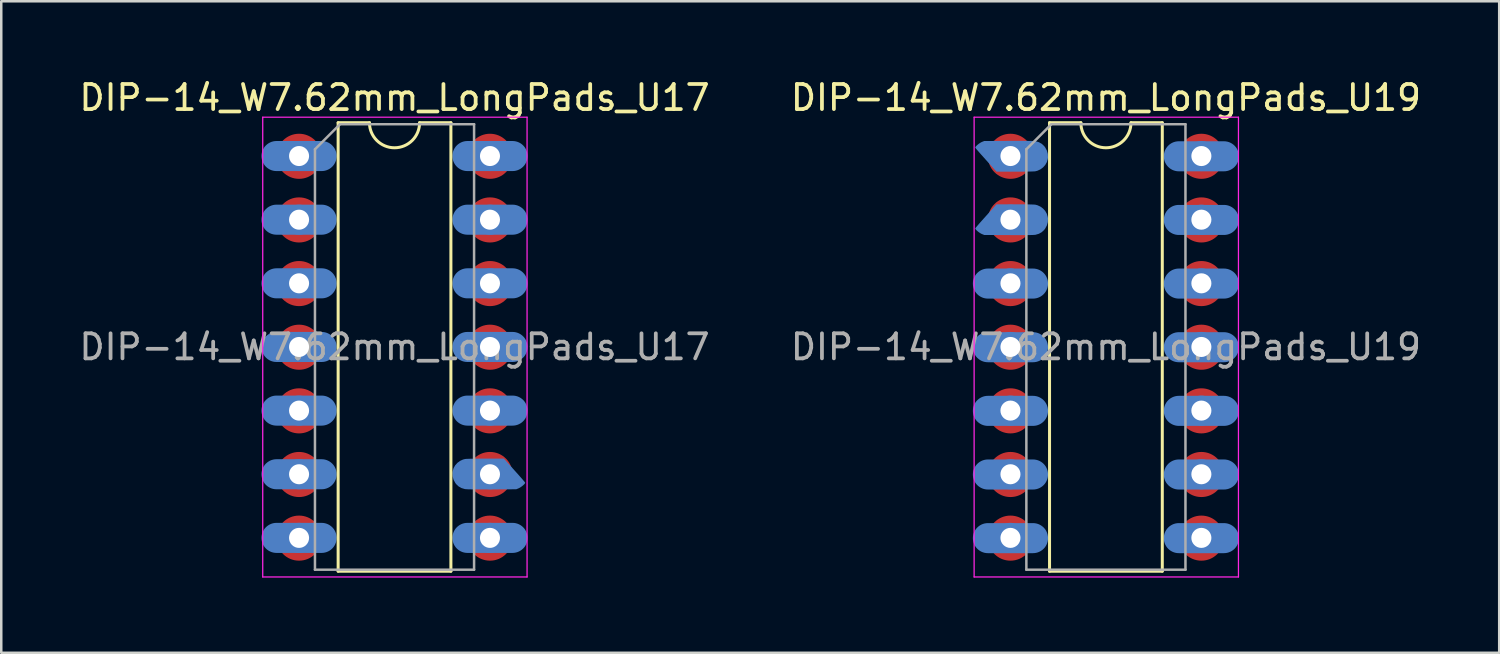
<source format=kicad_pcb>
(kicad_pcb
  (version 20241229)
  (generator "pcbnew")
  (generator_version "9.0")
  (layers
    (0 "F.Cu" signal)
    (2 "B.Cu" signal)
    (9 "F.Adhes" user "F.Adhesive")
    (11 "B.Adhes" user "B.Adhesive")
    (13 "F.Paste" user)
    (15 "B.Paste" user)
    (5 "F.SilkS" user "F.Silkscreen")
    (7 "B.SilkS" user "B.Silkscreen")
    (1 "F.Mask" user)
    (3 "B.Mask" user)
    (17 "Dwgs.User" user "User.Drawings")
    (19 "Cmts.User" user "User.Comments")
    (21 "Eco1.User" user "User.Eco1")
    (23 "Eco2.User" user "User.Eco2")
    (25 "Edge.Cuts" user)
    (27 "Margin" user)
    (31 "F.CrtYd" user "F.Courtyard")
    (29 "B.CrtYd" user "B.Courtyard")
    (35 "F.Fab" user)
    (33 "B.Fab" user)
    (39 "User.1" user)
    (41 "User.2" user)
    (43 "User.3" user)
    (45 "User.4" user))
  (footprint "DIP-14_W7.62mm_LongPads_U19"
    (layer "F.Cu")
    (at 37.279 3.178)
    (property "Reference" "DIP-14_W7.62mm_LongPads_U19" (at 3.81 -2.33 0) (layer "F.SilkS") (effects (font (size 1 1) (thickness 0.15))))
    (attr through_hole)
    (fp_line (start 1.56 -1.33) (end 1.56 16.57) (stroke (width 0.12) (type solid)) (layer "F.SilkS"))
    (fp_line (start 1.56 16.57) (end 6.06 16.57) (stroke (width 0.12) (type solid)) (layer "F.SilkS"))
    (fp_line (start 2.81 -1.33) (end 1.56 -1.33) (stroke (width 0.12) (type solid)) (layer "F.SilkS"))
    (fp_line (start 6.06 -1.33) (end 4.81 -1.33) (stroke (width 0.12) (type solid)) (layer "F.SilkS"))
    (fp_line (start 6.06 16.57) (end 6.06 -1.33) (stroke (width 0.12) (type solid)) (layer "F.SilkS"))
    (fp_arc (start 4.81 -1.33) (mid 3.81 -0.33) (end 2.81 -1.33) (stroke (width 0.12) (type solid)) (layer "F.SilkS"))
    (fp_line (start -1.45 -1.55) (end -1.45 16.8) (stroke (width 0.05) (type solid)) (layer "F.CrtYd"))
    (fp_line (start -1.45 16.8) (end 9.1 16.8) (stroke (width 0.05) (type solid)) (layer "F.CrtYd"))
    (fp_line (start 9.1 -1.55) (end -1.45 -1.55) (stroke (width 0.05) (type solid)) (layer "F.CrtYd"))
    (fp_line (start 9.1 16.8) (end 9.1 -1.55) (stroke (width 0.05) (type solid)) (layer "F.CrtYd"))
    (fp_line (start 0.635 -0.27) (end 1.635 -1.27) (stroke (width 0.1) (type solid)) (layer "F.Fab"))
    (fp_line (start 0.635 16.51) (end 0.635 -0.27) (stroke (width 0.1) (type solid)) (layer "F.Fab"))
    (fp_line (start 1.635 -1.27) (end 6.985 -1.27) (stroke (width 0.1) (type solid)) (layer "F.Fab"))
    (fp_line (start 6.985 -1.27) (end 6.985 16.51) (stroke (width 0.1) (type solid)) (layer "F.Fab"))
    (fp_line (start 6.985 16.51) (end 0.635 16.51) (stroke (width 0.1) (type solid)) (layer "F.Fab"))
    (fp_text user "${REFERENCE}" (at 3.81 7.62 0) (layer "F.Fab") (effects (font (size 1 1) (thickness 0.15))))
    (pad "1" thru_hole circle (at 0 0) (size 1.2 1.2) (drill 0.8) (layers "*.Cu" "*.Mask"))
    (pad "1" smd custom (at 0 0 180) (size 1.2 1.2) (layers "B.Cu" "B.Mask") (options (anchor circle)) (primitives (gr_poly (pts (xy 1.391 0.363) (xy 1.361 0.399) (xy 1.316 0.441) (xy 1.262 0.484) (xy 1.205 0.523) (xy 1.151 0.552) (xy 1.138 0.558) (xy 1.046 0.595) (xy 0.07 0.6) (xy -0.16 0.601) (xy -0.359 0.601) (xy -0.529 0.601) (xy -0.672 0.6) (xy -0.787 0.598) (xy -0.878 0.596) (xy -0.945 0.592) (xy -0.989 0.589) (xy -1.001 0.587) (xy -1.135 0.547) (xy -1.248 0.483) (xy -1.342 0.395) (xy -1.381 0.344) (xy -1.448 0.22) (xy -1.486 0.087) (xy -1.493 -0.05) (xy -1.485 -0.117) (xy -1.449 -0.24) (xy -1.385 -0.353) (xy -1.298 -0.45) (xy -1.193 -0.528) (xy -1.073 -0.583) (xy -0.995 -0.603) (xy -0.96 -0.607) (xy -0.895 -0.61) (xy -0.805 -0.613) (xy -0.691 -0.615) (xy -0.558 -0.617) (xy -0.408 -0.619) (xy -0.244 -0.619) (xy -0.178 -0.619) (xy 0.554 -0.619) (xy 0.975 -0.151) (xy 1.067 -0.048) (xy 1.153 0.048) (xy 1.23 0.135) (xy 1.295 0.21) (xy 1.347 0.271) (xy 1.382 0.313) (xy 1.399 0.336) (xy 1.4 0.338) (xy 1.391 0.363)) (width 0.01) (fill yes))))
    (pad "1" smd circle (at 0 0.01) (size 1.8 1.8) (layers "F.Cu" "F.Mask"))
    (pad "2" thru_hole circle (at 0 2.54) (size 1.2 1.2) (drill 0.8) (layers "*.Cu" "*.Mask"))
    (pad "2" smd custom (at 0 2.55) (size 1.2 1.2) (layers "B.Cu" "B.Mask") (options (anchor circle)) (primitives (gr_poly (pts (xy -1.391 0.363) (xy -1.361 0.399) (xy -1.316 0.441) (xy -1.262 0.484) (xy -1.205 0.523) (xy -1.151 0.552) (xy -1.138 0.558) (xy -1.046 0.595) (xy -0.07 0.6) (xy 0.16 0.601) (xy 0.359 0.601) (xy 0.529 0.601) (xy 0.672 0.6) (xy 0.787 0.598) (xy 0.878 0.596) (xy 0.945 0.592) (xy 0.989 0.589) (xy 1.001 0.587) (xy 1.135 0.547) (xy 1.248 0.483) (xy 1.342 0.395) (xy 1.381 0.344) (xy 1.448 0.22) (xy 1.486 0.087) (xy 1.493 -0.05) (xy 1.485 -0.117) (xy 1.449 -0.24) (xy 1.385 -0.353) (xy 1.298 -0.45) (xy 1.193 -0.528) (xy 1.073 -0.583) (xy 0.995 -0.603) (xy 0.96 -0.607) (xy 0.895 -0.61) (xy 0.805 -0.613) (xy 0.691 -0.615) (xy 0.558 -0.617) (xy 0.408 -0.619) (xy 0.244 -0.619) (xy 0.178 -0.619) (xy -0.554 -0.619) (xy -0.975 -0.151) (xy -1.067 -0.048) (xy -1.153 0.048) (xy -1.23 0.135) (xy -1.295 0.21) (xy -1.347 0.271) (xy -1.382 0.313) (xy -1.399 0.336) (xy -1.4 0.338) (xy -1.391 0.363)) (width 0.01) (fill yes))))
    (pad "2" smd circle (at 0 2.55) (size 1.8 1.8) (layers "F.Cu" "F.Mask"))
    (pad "3" thru_hole circle (at 0 5.08) (size 1.2 1.2) (drill 0.8) (layers "*.Cu" "*.Mask"))
    (pad "3" smd circle (at 0 5.09) (size 1.8 1.8) (layers "F.Cu" "F.Mask"))
    (pad "3" smd oval (at 0 5.09) (size 3 1.2) (layers "B.Cu" "B.Mask"))
    (pad "4" thru_hole circle (at 0 7.62) (size 1.2 1.2) (drill 0.8) (layers "*.Cu" "*.Mask"))
    (pad "4" smd circle (at 0 7.63) (size 1.8 1.8) (layers "F.Cu" "F.Mask"))
    (pad "4" smd oval (at 0 7.63) (size 3 1.2) (layers "B.Cu" "B.Mask"))
    (pad "5" thru_hole circle (at 0 10.16) (size 1.2 1.2) (drill 0.8) (layers "*.Cu" "*.Mask"))
    (pad "5" smd circle (at 0 10.17) (size 1.8 1.8) (layers "F.Cu" "F.Mask"))
    (pad "5" smd oval (at 0 10.17) (size 3 1.2) (layers "B.Cu" "B.Mask"))
    (pad "6" thru_hole circle (at 0 12.7) (size 1.2 1.2) (drill 0.8) (layers "*.Cu" "*.Mask"))
    (pad "6" smd circle (at 0 12.71) (size 1.8 1.8) (layers "F.Cu" "F.Mask"))
    (pad "6" smd oval (at 0 12.71) (size 3 1.2) (layers "B.Cu" "B.Mask"))
    (pad "7" thru_hole circle (at 0 15.24) (size 1.2 1.2) (drill 0.8) (layers "*.Cu" "*.Mask"))
    (pad "7" smd circle (at 0 15.25) (size 1.8 1.8) (layers "F.Cu" "F.Mask"))
    (pad "7" smd oval (at 0 15.25) (size 3 1.2) (layers "B.Cu" "B.Mask"))
    (pad "8" thru_hole circle (at 7.62 15.24) (size 1.2 1.2) (drill 0.8) (layers "*.Cu" "*.Mask"))
    (pad "8" smd circle (at 7.62 15.25) (size 1.8 1.8) (layers "F.Cu" "F.Mask"))
    (pad "8" smd oval (at 7.62 15.25) (size 3 1.2) (layers "B.Cu" "B.Mask"))
    (pad "9" thru_hole circle (at 7.62 12.7) (size 1.2 1.2) (drill 0.8) (layers "*.Cu" "*.Mask"))
    (pad "9" smd circle (at 7.62 12.71) (size 1.8 1.8) (layers "F.Cu" "F.Mask"))
    (pad "9" smd oval (at 7.62 12.71) (size 3 1.2) (layers "B.Cu" "B.Mask"))
    (pad "10" thru_hole circle (at 7.62 10.16) (size 1.2 1.2) (drill 0.8) (layers "*.Cu" "*.Mask"))
    (pad "10" smd circle (at 7.62 10.17) (size 1.8 1.8) (layers "F.Cu" "F.Mask"))
    (pad "10" smd oval (at 7.62 10.17) (size 3 1.2) (layers "B.Cu" "B.Mask"))
    (pad "11" thru_hole circle (at 7.62 7.62) (size 1.2 1.2) (drill 0.8) (layers "*.Cu" "*.Mask"))
    (pad "11" smd circle (at 7.62 7.63) (size 1.8 1.8) (layers "F.Cu" "F.Mask"))
    (pad "11" smd oval (at 7.62 7.63) (size 3 1.2) (layers "B.Cu" "B.Mask"))
    (pad "12" thru_hole circle (at 7.62 5.08) (size 1.2 1.2) (drill 0.8) (layers "*.Cu" "*.Mask"))
    (pad "12" smd circle (at 7.62 5.09) (size 1.8 1.8) (layers "F.Cu" "F.Mask"))
    (pad "12" smd oval (at 7.62 5.09) (size 3 1.2) (layers "B.Cu" "B.Mask"))
    (pad "13" thru_hole circle (at 7.62 2.54) (size 1.2 1.2) (drill 0.8) (layers "*.Cu" "*.Mask"))
    (pad "13" smd circle (at 7.62 2.55) (size 1.8 1.8) (layers "F.Cu" "F.Mask"))
    (pad "13" smd oval (at 7.62 2.55) (size 3 1.2) (layers "B.Cu" "B.Mask"))
    (pad "14" thru_hole circle (at 7.62 0) (size 1.2 1.2) (drill 0.8) (layers "*.Cu" "*.Mask"))
    (pad "14" smd circle (at 7.62 0.01) (size 1.8 1.8) (layers "F.Cu" "F.Mask"))
    (pad "14" smd oval (at 7.62 0.01) (size 3 1.2) (layers "B.Cu" "B.Mask")))
  (footprint "DIP-14_W7.62mm_LongPads_U17"
    (layer "F.Cu")
    (at 8.886 3.178)
    (property "Reference" "DIP-14_W7.62mm_LongPads_U17" (at 3.81 -2.33 0) (layer "F.SilkS") (effects (font (size 1 1) (thickness 0.15))))
    (attr through_hole)
    (fp_line (start 1.56 -1.33) (end 1.56 16.57) (stroke (width 0.12) (type solid)) (layer "F.SilkS"))
    (fp_line (start 1.56 16.57) (end 6.06 16.57) (stroke (width 0.12) (type solid)) (layer "F.SilkS"))
    (fp_line (start 2.81 -1.33) (end 1.56 -1.33) (stroke (width 0.12) (type solid)) (layer "F.SilkS"))
    (fp_line (start 6.06 -1.33) (end 4.81 -1.33) (stroke (width 0.12) (type solid)) (layer "F.SilkS"))
    (fp_line (start 6.06 16.57) (end 6.06 -1.33) (stroke (width 0.12) (type solid)) (layer "F.SilkS"))
    (fp_arc (start 4.81 -1.33) (mid 3.81 -0.33) (end 2.81 -1.33) (stroke (width 0.12) (type solid)) (layer "F.SilkS"))
    (fp_line (start -1.45 -1.55) (end -1.45 16.8) (stroke (width 0.05) (type solid)) (layer "F.CrtYd"))
    (fp_line (start -1.45 16.8) (end 9.1 16.8) (stroke (width 0.05) (type solid)) (layer "F.CrtYd"))
    (fp_line (start 9.1 -1.55) (end -1.45 -1.55) (stroke (width 0.05) (type solid)) (layer "F.CrtYd"))
    (fp_line (start 9.1 16.8) (end 9.1 -1.55) (stroke (width 0.05) (type solid)) (layer "F.CrtYd"))
    (fp_line (start 0.635 -0.27) (end 1.635 -1.27) (stroke (width 0.1) (type solid)) (layer "F.Fab"))
    (fp_line (start 0.635 16.51) (end 0.635 -0.27) (stroke (width 0.1) (type solid)) (layer "F.Fab"))
    (fp_line (start 1.635 -1.27) (end 6.985 -1.27) (stroke (width 0.1) (type solid)) (layer "F.Fab"))
    (fp_line (start 6.985 -1.27) (end 6.985 16.51) (stroke (width 0.1) (type solid)) (layer "F.Fab"))
    (fp_line (start 6.985 16.51) (end 0.635 16.51) (stroke (width 0.1) (type solid)) (layer "F.Fab"))
    (fp_text user "${REFERENCE}" (at 3.81 7.62 0) (layer "F.Fab") (effects (font (size 1 1) (thickness 0.15))))
    (pad "1" thru_hole circle (at 0 0) (size 1.2 1.2) (drill 0.8) (layers "*.Cu" "*.Mask"))
    (pad "1" smd oval (at 0 0) (size 3 1.2) (layers "B.Cu" "B.Mask"))
    (pad "1" smd circle (at 0 0.01) (size 1.8 1.8) (layers "F.Cu" "F.Mask"))
    (pad "2" thru_hole circle (at 0 2.54) (size 1.2 1.2) (drill 0.8) (layers "*.Cu" "*.Mask"))
    (pad "2" smd oval (at 0 2.54) (size 3 1.2) (layers "B.Cu" "B.Mask"))
    (pad "2" smd circle (at 0 2.55) (size 1.8 1.8) (layers "F.Cu" "F.Mask"))
    (pad "3" thru_hole circle (at 0 5.08) (size 1.2 1.2) (drill 0.8) (layers "*.Cu" "*.Mask"))
    (pad "3" smd oval (at 0 5.08) (size 3 1.2) (layers "B.Cu" "B.Mask"))
    (pad "3" smd circle (at 0 5.09) (size 1.8 1.8) (layers "F.Cu" "F.Mask"))
    (pad "4" thru_hole circle (at 0 7.62) (size 1.2 1.2) (drill 0.8) (layers "*.Cu" "*.Mask"))
    (pad "4" smd oval (at 0 7.62) (size 3 1.2) (layers "B.Cu" "B.Mask"))
    (pad "4" smd circle (at 0 7.63) (size 1.8 1.8) (layers "F.Cu" "F.Mask"))
    (pad "5" thru_hole circle (at 0 10.16) (size 1.2 1.2) (drill 0.8) (layers "*.Cu" "*.Mask"))
    (pad "5" smd oval (at 0 10.16) (size 3 1.2) (layers "B.Cu" "B.Mask"))
    (pad "5" smd circle (at 0 10.17) (size 1.8 1.8) (layers "F.Cu" "F.Mask"))
    (pad "6" thru_hole circle (at 0 12.7) (size 1.2 1.2) (drill 0.8) (layers "*.Cu" "*.Mask"))
    (pad "6" smd oval (at 0 12.7) (size 3 1.2) (layers "B.Cu" "B.Mask"))
    (pad "6" smd circle (at 0 12.71) (size 1.8 1.8) (layers "F.Cu" "F.Mask"))
    (pad "7" thru_hole circle (at 0 15.24) (size 1.2 1.2) (drill 0.8) (layers "*.Cu" "*.Mask"))
    (pad "7" smd oval (at 0 15.24) (size 3 1.2) (layers "B.Cu" "B.Mask"))
    (pad "7" smd circle (at 0 15.25) (size 1.8 1.8) (layers "F.Cu" "F.Mask"))
    (pad "8" thru_hole circle (at 7.62 15.24) (size 1.2 1.2) (drill 0.8) (layers "*.Cu" "*.Mask"))
    (pad "8" smd oval (at 7.62 15.24) (size 3 1.2) (layers "B.Cu" "B.Mask"))
    (pad "8" smd circle (at 7.62 15.25) (size 1.8 1.8) (layers "F.Cu" "F.Mask"))
    (pad "9" thru_hole circle (at 7.62 12.7) (size 1.2 1.2) (drill 0.8) (layers "*.Cu" "*.Mask"))
    (pad "9" smd custom (at 7.62 12.7 180) (size 1.2 1.2) (layers "B.Cu" "B.Mask") (options (anchor circle)) (primitives (gr_poly (pts (xy -1.391 -0.363) (xy -1.361 -0.399) (xy -1.316 -0.441) (xy -1.262 -0.484) (xy -1.205 -0.523) (xy -1.151 -0.552) (xy -1.138 -0.558) (xy -1.046 -0.595) (xy -0.07 -0.6) (xy 0.16 -0.601) (xy 0.359 -0.601) (xy 0.529 -0.601) (xy 0.672 -0.6) (xy 0.787 -0.598) (xy 0.878 -0.596) (xy 0.945 -0.592) (xy 0.989 -0.589) (xy 1.001 -0.587) (xy 1.135 -0.547) (xy 1.248 -0.483) (xy 1.342 -0.395) (xy 1.381 -0.344) (xy 1.448 -0.22) (xy 1.486 -0.087) (xy 1.493 0.05) (xy 1.485 0.117) (xy 1.449 0.24) (xy 1.385 0.353) (xy 1.298 0.45) (xy 1.193 0.528) (xy 1.073 0.583) (xy 0.995 0.603) (xy 0.96 0.607) (xy 0.895 0.61) (xy 0.805 0.613) (xy 0.691 0.615) (xy 0.558 0.617) (xy 0.408 0.619) (xy 0.244 0.619) (xy 0.178 0.619) (xy -0.554 0.619) (xy -0.975 0.151) (xy -1.067 0.048) (xy -1.153 -0.048) (xy -1.23 -0.135) (xy -1.295 -0.21) (xy -1.347 -0.271) (xy -1.382 -0.313) (xy -1.399 -0.336) (xy -1.4 -0.338) (xy -1.391 -0.363)) (width 0.01) (fill yes))))
    (pad "9" smd circle (at 7.62 12.71) (size 1.8 1.8) (layers "F.Cu" "F.Mask"))
    (pad "10" thru_hole circle (at 7.62 10.16) (size 1.2 1.2) (drill 0.8) (layers "*.Cu" "*.Mask"))
    (pad "10" smd oval (at 7.62 10.16) (size 3 1.2) (layers "B.Cu" "B.Mask"))
    (pad "10" smd circle (at 7.62 10.17) (size 1.8 1.8) (layers "F.Cu" "F.Mask"))
    (pad "11" thru_hole circle (at 7.62 7.62) (size 1.2 1.2) (drill 0.8) (layers "*.Cu" "*.Mask"))
    (pad "11" smd oval (at 7.62 7.62) (size 3 1.2) (layers "B.Cu" "B.Mask"))
    (pad "11" smd circle (at 7.62 7.63) (size 1.8 1.8) (layers "F.Cu" "F.Mask"))
    (pad "12" thru_hole circle (at 7.62 5.08) (size 1.2 1.2) (drill 0.8) (layers "*.Cu" "*.Mask"))
    (pad "12" smd oval (at 7.62 5.08) (size 3 1.2) (layers "B.Cu" "B.Mask"))
    (pad "12" smd circle (at 7.62 5.09) (size 1.8 1.8) (layers "F.Cu" "F.Mask"))
    (pad "13" thru_hole circle (at 7.62 2.54) (size 1.2 1.2) (drill 0.8) (layers "*.Cu" "*.Mask"))
    (pad "13" smd oval (at 7.62 2.54) (size 3 1.2) (layers "B.Cu" "B.Mask"))
    (pad "13" smd circle (at 7.62 2.55) (size 1.8 1.8) (layers "F.Cu" "F.Mask"))
    (pad "14" thru_hole circle (at 7.62 0) (size 1.2 1.2) (drill 0.8) (layers "*.Cu" "*.Mask"))
    (pad "14" smd oval (at 7.62 0) (size 3 1.2) (layers "B.Cu" "B.Mask"))
    (pad "14" smd circle (at 7.62 0.01) (size 1.8 1.8) (layers "F.Cu" "F.Mask")))
  (gr_rect
    (start -3 -3)
    (end 56.786 23.003)
    (stroke (width 0.1) (type default))
    (fill no)
    (layer "Edge.Cuts")))
</source>
